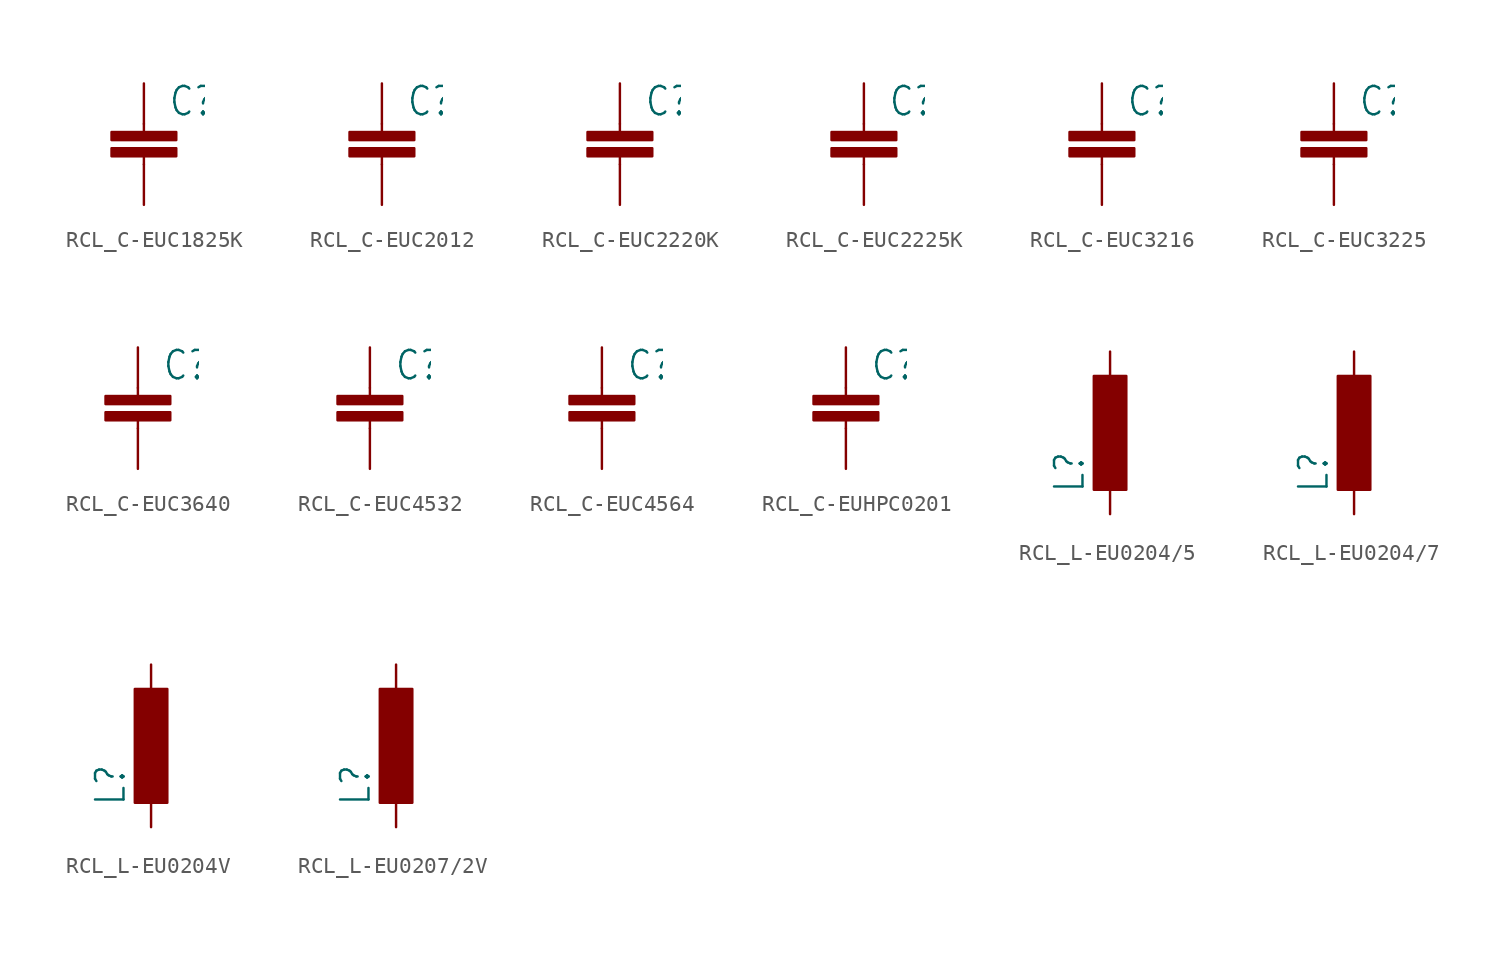
<source format=kicad_sym>
(kicad_symbol_lib
  (version 20241209)
  (generator "kicad_symbol_editor")
  (generator_version "9.0")
  (symbol "RCL_C-EUC1825K"
    (property "Reference" "C"
      (at 1.524 0.381 0)
      (effects (font (size 1.778 1.511)) (justify left bottom)))
    (property "Value" ""
      (at 1.524 -4.699 0)
      (effects (font (size 1.778 1.511)) (justify left bottom)))
    (property "ki_locked" ""
      (at 0 0 0)
      (effects (font (size 1.27 1.27))))
    (symbol "RCL_C-EUC1825K_1_0"
      (rectangle (start -2.032 -1.016) (end 2.032 -0.508) (stroke (width 0) (type default)) (fill (type outline)))
      (rectangle (start -2.032 -2.032) (end 2.032 -1.524) (stroke (width 0) (type default)) (fill (type outline)))
      (polyline (pts (xy 0 0) (xy 0 -0.508)) (stroke (width 0.152) (type solid)) (fill (type none)))
      (polyline (pts (xy 0 -2.54) (xy 0 -2.032)) (stroke (width 0.152) (type solid)) (fill (type none)))
      (pin passive line (at 0 2.54 270) (length 2.54) (name "1" (effects (font (size 0 0)))) (number "1" (effects (font (size 0 0)))))
      (pin passive line (at 0 -5.08 90) (length 2.54) (name "2" (effects (font (size 0 0)))) (number "2" (effects (font (size 0 0)))))))
  (symbol "RCL_C-EUC2012"
    (property "Reference" "C"
      (at 1.524 0.381 0)
      (effects (font (size 1.778 1.511)) (justify left bottom)))
    (property "Value" ""
      (at 1.524 -4.699 0)
      (effects (font (size 1.778 1.511)) (justify left bottom)))
    (property "ki_locked" ""
      (at 0 0 0)
      (effects (font (size 1.27 1.27))))
    (symbol "RCL_C-EUC2012_1_0"
      (rectangle (start -2.032 -1.016) (end 2.032 -0.508) (stroke (width 0) (type default)) (fill (type outline)))
      (rectangle (start -2.032 -2.032) (end 2.032 -1.524) (stroke (width 0) (type default)) (fill (type outline)))
      (polyline (pts (xy 0 0) (xy 0 -0.508)) (stroke (width 0.152) (type solid)) (fill (type none)))
      (polyline (pts (xy 0 -2.54) (xy 0 -2.032)) (stroke (width 0.152) (type solid)) (fill (type none)))
      (pin passive line (at 0 2.54 270) (length 2.54) (name "1" (effects (font (size 0 0)))) (number "1" (effects (font (size 0 0)))))
      (pin passive line (at 0 -5.08 90) (length 2.54) (name "2" (effects (font (size 0 0)))) (number "2" (effects (font (size 0 0)))))))
  (symbol "RCL_C-EUC2220K"
    (property "Reference" "C"
      (at 1.524 0.381 0)
      (effects (font (size 1.778 1.511)) (justify left bottom)))
    (property "Value" ""
      (at 1.524 -4.699 0)
      (effects (font (size 1.778 1.511)) (justify left bottom)))
    (property "ki_locked" ""
      (at 0 0 0)
      (effects (font (size 1.27 1.27))))
    (symbol "RCL_C-EUC2220K_1_0"
      (rectangle (start -2.032 -1.016) (end 2.032 -0.508) (stroke (width 0) (type default)) (fill (type outline)))
      (rectangle (start -2.032 -2.032) (end 2.032 -1.524) (stroke (width 0) (type default)) (fill (type outline)))
      (polyline (pts (xy 0 0) (xy 0 -0.508)) (stroke (width 0.152) (type solid)) (fill (type none)))
      (polyline (pts (xy 0 -2.54) (xy 0 -2.032)) (stroke (width 0.152) (type solid)) (fill (type none)))
      (pin passive line (at 0 2.54 270) (length 2.54) (name "1" (effects (font (size 0 0)))) (number "1" (effects (font (size 0 0)))))
      (pin passive line (at 0 -5.08 90) (length 2.54) (name "2" (effects (font (size 0 0)))) (number "2" (effects (font (size 0 0)))))))
  (symbol "RCL_C-EUC2225K"
    (property "Reference" "C"
      (at 1.524 0.381 0)
      (effects (font (size 1.778 1.511)) (justify left bottom)))
    (property "Value" ""
      (at 1.524 -4.699 0)
      (effects (font (size 1.778 1.511)) (justify left bottom)))
    (property "ki_locked" ""
      (at 0 0 0)
      (effects (font (size 1.27 1.27))))
    (symbol "RCL_C-EUC2225K_1_0"
      (rectangle (start -2.032 -1.016) (end 2.032 -0.508) (stroke (width 0) (type default)) (fill (type outline)))
      (rectangle (start -2.032 -2.032) (end 2.032 -1.524) (stroke (width 0) (type default)) (fill (type outline)))
      (polyline (pts (xy 0 0) (xy 0 -0.508)) (stroke (width 0.152) (type solid)) (fill (type none)))
      (polyline (pts (xy 0 -2.54) (xy 0 -2.032)) (stroke (width 0.152) (type solid)) (fill (type none)))
      (pin passive line (at 0 2.54 270) (length 2.54) (name "1" (effects (font (size 0 0)))) (number "1" (effects (font (size 0 0)))))
      (pin passive line (at 0 -5.08 90) (length 2.54) (name "2" (effects (font (size 0 0)))) (number "2" (effects (font (size 0 0)))))))
  (symbol "RCL_C-EUC3216"
    (property "Reference" "C"
      (at 1.524 0.381 0)
      (effects (font (size 1.778 1.511)) (justify left bottom)))
    (property "Value" ""
      (at 1.524 -4.699 0)
      (effects (font (size 1.778 1.511)) (justify left bottom)))
    (property "ki_locked" ""
      (at 0 0 0)
      (effects (font (size 1.27 1.27))))
    (symbol "RCL_C-EUC3216_1_0"
      (rectangle (start -2.032 -1.016) (end 2.032 -0.508) (stroke (width 0) (type default)) (fill (type outline)))
      (rectangle (start -2.032 -2.032) (end 2.032 -1.524) (stroke (width 0) (type default)) (fill (type outline)))
      (polyline (pts (xy 0 0) (xy 0 -0.508)) (stroke (width 0.152) (type solid)) (fill (type none)))
      (polyline (pts (xy 0 -2.54) (xy 0 -2.032)) (stroke (width 0.152) (type solid)) (fill (type none)))
      (pin passive line (at 0 2.54 270) (length 2.54) (name "1" (effects (font (size 0 0)))) (number "1" (effects (font (size 0 0)))))
      (pin passive line (at 0 -5.08 90) (length 2.54) (name "2" (effects (font (size 0 0)))) (number "2" (effects (font (size 0 0)))))))
  (symbol "RCL_C-EUC3225"
    (property "Reference" "C"
      (at 1.524 0.381 0)
      (effects (font (size 1.778 1.511)) (justify left bottom)))
    (property "Value" ""
      (at 1.524 -4.699 0)
      (effects (font (size 1.778 1.511)) (justify left bottom)))
    (property "ki_locked" ""
      (at 0 0 0)
      (effects (font (size 1.27 1.27))))
    (symbol "RCL_C-EUC3225_1_0"
      (rectangle (start -2.032 -1.016) (end 2.032 -0.508) (stroke (width 0) (type default)) (fill (type outline)))
      (rectangle (start -2.032 -2.032) (end 2.032 -1.524) (stroke (width 0) (type default)) (fill (type outline)))
      (polyline (pts (xy 0 0) (xy 0 -0.508)) (stroke (width 0.152) (type solid)) (fill (type none)))
      (polyline (pts (xy 0 -2.54) (xy 0 -2.032)) (stroke (width 0.152) (type solid)) (fill (type none)))
      (pin passive line (at 0 2.54 270) (length 2.54) (name "1" (effects (font (size 0 0)))) (number "1" (effects (font (size 0 0)))))
      (pin passive line (at 0 -5.08 90) (length 2.54) (name "2" (effects (font (size 0 0)))) (number "2" (effects (font (size 0 0)))))))
  (symbol "RCL_C-EUC3640"
    (property "Reference" "C"
      (at 1.524 0.381 0)
      (effects (font (size 1.778 1.511)) (justify left bottom)))
    (property "Value" ""
      (at 1.524 -4.699 0)
      (effects (font (size 1.778 1.511)) (justify left bottom)))
    (property "ki_locked" ""
      (at 0 0 0)
      (effects (font (size 1.27 1.27))))
    (symbol "RCL_C-EUC3640_1_0"
      (rectangle (start -2.032 -1.016) (end 2.032 -0.508) (stroke (width 0) (type default)) (fill (type outline)))
      (rectangle (start -2.032 -2.032) (end 2.032 -1.524) (stroke (width 0) (type default)) (fill (type outline)))
      (polyline (pts (xy 0 0) (xy 0 -0.508)) (stroke (width 0.152) (type solid)) (fill (type none)))
      (polyline (pts (xy 0 -2.54) (xy 0 -2.032)) (stroke (width 0.152) (type solid)) (fill (type none)))
      (pin passive line (at 0 2.54 270) (length 2.54) (name "1" (effects (font (size 0 0)))) (number "1" (effects (font (size 0 0)))))
      (pin passive line (at 0 -5.08 90) (length 2.54) (name "2" (effects (font (size 0 0)))) (number "2" (effects (font (size 0 0)))))))
  (symbol "RCL_C-EUC4532"
    (property "Reference" "C"
      (at 1.524 0.381 0)
      (effects (font (size 1.778 1.511)) (justify left bottom)))
    (property "Value" ""
      (at 1.524 -4.699 0)
      (effects (font (size 1.778 1.511)) (justify left bottom)))
    (property "ki_locked" ""
      (at 0 0 0)
      (effects (font (size 1.27 1.27))))
    (symbol "RCL_C-EUC4532_1_0"
      (rectangle (start -2.032 -1.016) (end 2.032 -0.508) (stroke (width 0) (type default)) (fill (type outline)))
      (rectangle (start -2.032 -2.032) (end 2.032 -1.524) (stroke (width 0) (type default)) (fill (type outline)))
      (polyline (pts (xy 0 0) (xy 0 -0.508)) (stroke (width 0.152) (type solid)) (fill (type none)))
      (polyline (pts (xy 0 -2.54) (xy 0 -2.032)) (stroke (width 0.152) (type solid)) (fill (type none)))
      (pin passive line (at 0 2.54 270) (length 2.54) (name "1" (effects (font (size 0 0)))) (number "1" (effects (font (size 0 0)))))
      (pin passive line (at 0 -5.08 90) (length 2.54) (name "2" (effects (font (size 0 0)))) (number "2" (effects (font (size 0 0)))))))
  (symbol "RCL_C-EUC4564"
    (property "Reference" "C"
      (at 1.524 0.381 0)
      (effects (font (size 1.778 1.511)) (justify left bottom)))
    (property "Value" ""
      (at 1.524 -4.699 0)
      (effects (font (size 1.778 1.511)) (justify left bottom)))
    (property "ki_locked" ""
      (at 0 0 0)
      (effects (font (size 1.27 1.27))))
    (symbol "RCL_C-EUC4564_1_0"
      (rectangle (start -2.032 -1.016) (end 2.032 -0.508) (stroke (width 0) (type default)) (fill (type outline)))
      (rectangle (start -2.032 -2.032) (end 2.032 -1.524) (stroke (width 0) (type default)) (fill (type outline)))
      (polyline (pts (xy 0 0) (xy 0 -0.508)) (stroke (width 0.152) (type solid)) (fill (type none)))
      (polyline (pts (xy 0 -2.54) (xy 0 -2.032)) (stroke (width 0.152) (type solid)) (fill (type none)))
      (pin passive line (at 0 2.54 270) (length 2.54) (name "1" (effects (font (size 0 0)))) (number "1" (effects (font (size 0 0)))))
      (pin passive line (at 0 -5.08 90) (length 2.54) (name "2" (effects (font (size 0 0)))) (number "2" (effects (font (size 0 0)))))))
  (symbol "RCL_C-EUHPC0201"
    (property "Reference" "C"
      (at 1.524 0.381 0)
      (effects (font (size 1.778 1.511)) (justify left bottom)))
    (property "Value" ""
      (at 1.524 -4.699 0)
      (effects (font (size 1.778 1.511)) (justify left bottom)))
    (property "ki_locked" ""
      (at 0 0 0)
      (effects (font (size 1.27 1.27))))
    (symbol "RCL_C-EUHPC0201_1_0"
      (rectangle (start -2.032 -1.016) (end 2.032 -0.508) (stroke (width 0) (type default)) (fill (type outline)))
      (rectangle (start -2.032 -2.032) (end 2.032 -1.524) (stroke (width 0) (type default)) (fill (type outline)))
      (polyline (pts (xy 0 0) (xy 0 -0.508)) (stroke (width 0.152) (type solid)) (fill (type none)))
      (polyline (pts (xy 0 -2.54) (xy 0 -2.032)) (stroke (width 0.152) (type solid)) (fill (type none)))
      (pin passive line (at 0 2.54 270) (length 2.54) (name "1" (effects (font (size 0 0)))) (number "1" (effects (font (size 0 0)))))
      (pin passive line (at 0 -5.08 90) (length 2.54) (name "2" (effects (font (size 0 0)))) (number "2" (effects (font (size 0 0)))))))
  (symbol "RCL_L-EU0204/5"
    (property "Reference" "L"
      (at -1.499 -3.81 90)
      (effects (font (size 1.778 1.511)) (justify left bottom)))
    (property "Value" ""
      (at 3.302 -3.81 90)
      (effects (font (size 1.778 1.511)) (justify left bottom)))
    (property "ki_locked" ""
      (at 0 0 0)
      (effects (font (size 1.27 1.27))))
    (symbol "RCL_L-EU0204/5_1_0"
      (rectangle (start -1.016 -3.556) (end 1.016 3.556) (stroke (width 0) (type default)) (fill (type outline)))
      (pin passive line (at 0 5.08 270) (length 2.54) (name "1" (effects (font (size 0 0)))) (number "1" (effects (font (size 0 0)))))
      (pin passive line (at 0 -5.08 90) (length 2.54) (name "2" (effects (font (size 0 0)))) (number "2" (effects (font (size 0 0)))))))
  (symbol "RCL_L-EU0204/7"
    (property "Reference" "L"
      (at -1.499 -3.81 90)
      (effects (font (size 1.778 1.511)) (justify left bottom)))
    (property "Value" ""
      (at 3.302 -3.81 90)
      (effects (font (size 1.778 1.511)) (justify left bottom)))
    (property "ki_locked" ""
      (at 0 0 0)
      (effects (font (size 1.27 1.27))))
    (symbol "RCL_L-EU0204/7_1_0"
      (rectangle (start -1.016 -3.556) (end 1.016 3.556) (stroke (width 0) (type default)) (fill (type outline)))
      (pin passive line (at 0 5.08 270) (length 2.54) (name "1" (effects (font (size 0 0)))) (number "1" (effects (font (size 0 0)))))
      (pin passive line (at 0 -5.08 90) (length 2.54) (name "2" (effects (font (size 0 0)))) (number "2" (effects (font (size 0 0)))))))
  (symbol "RCL_L-EU0204V"
    (property "Reference" "L"
      (at -1.499 -3.81 90)
      (effects (font (size 1.778 1.511)) (justify left bottom)))
    (property "Value" ""
      (at 3.302 -3.81 90)
      (effects (font (size 1.778 1.511)) (justify left bottom)))
    (property "ki_locked" ""
      (at 0 0 0)
      (effects (font (size 1.27 1.27))))
    (symbol "RCL_L-EU0204V_1_0"
      (rectangle (start -1.016 -3.556) (end 1.016 3.556) (stroke (width 0) (type default)) (fill (type outline)))
      (pin passive line (at 0 5.08 270) (length 2.54) (name "1" (effects (font (size 0 0)))) (number "1" (effects (font (size 0 0)))))
      (pin passive line (at 0 -5.08 90) (length 2.54) (name "2" (effects (font (size 0 0)))) (number "2" (effects (font (size 0 0)))))))
  (symbol "RCL_L-EU0207/2V"
    (property "Reference" "L"
      (at -1.499 -3.81 90)
      (effects (font (size 1.778 1.511)) (justify left bottom)))
    (property "Value" ""
      (at 3.302 -3.81 90)
      (effects (font (size 1.778 1.511)) (justify left bottom)))
    (property "ki_locked" ""
      (at 0 0 0)
      (effects (font (size 1.27 1.27))))
    (symbol "RCL_L-EU0207/2V_1_0"
      (rectangle (start -1.016 -3.556) (end 1.016 3.556) (stroke (width 0) (type default)) (fill (type outline)))
      (pin passive line (at 0 5.08 270) (length 2.54) (name "1" (effects (font (size 0 0)))) (number "1" (effects (font (size 0 0)))))
      (pin passive line (at 0 -5.08 90) (length 2.54) (name "2" (effects (font (size 0 0)))) (number "2" (effects (font (size 0 0))))))))
</source>
